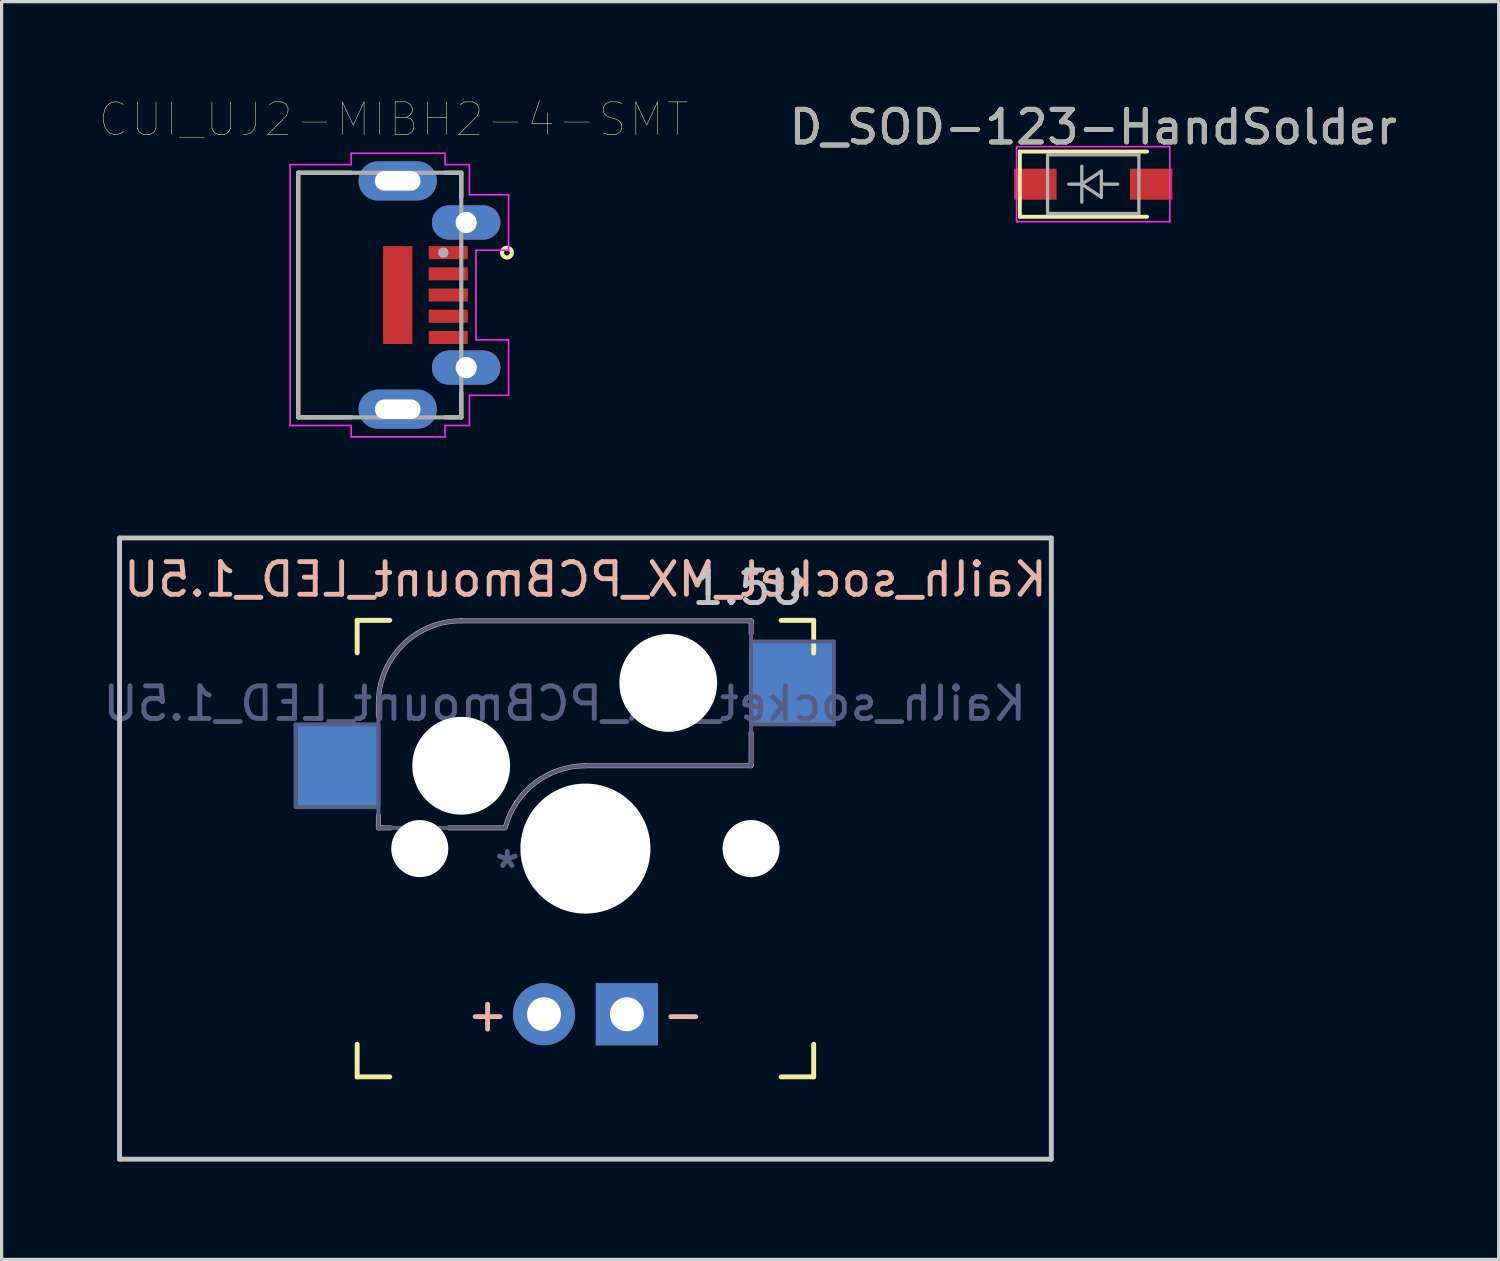
<source format=kicad_pcb>
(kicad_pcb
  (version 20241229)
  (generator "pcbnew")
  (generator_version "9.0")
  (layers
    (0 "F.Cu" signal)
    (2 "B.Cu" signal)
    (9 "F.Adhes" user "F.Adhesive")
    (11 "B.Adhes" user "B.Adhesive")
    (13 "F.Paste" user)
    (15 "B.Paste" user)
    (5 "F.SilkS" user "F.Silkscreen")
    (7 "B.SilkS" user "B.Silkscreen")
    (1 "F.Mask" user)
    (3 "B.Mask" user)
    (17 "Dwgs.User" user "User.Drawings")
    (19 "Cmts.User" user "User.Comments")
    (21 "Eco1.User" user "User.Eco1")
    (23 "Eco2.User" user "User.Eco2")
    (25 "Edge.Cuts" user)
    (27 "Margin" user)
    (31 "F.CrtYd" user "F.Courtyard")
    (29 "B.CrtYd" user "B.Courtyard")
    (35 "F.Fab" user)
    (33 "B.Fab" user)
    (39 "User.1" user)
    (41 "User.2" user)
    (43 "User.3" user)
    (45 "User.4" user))
  (footprint "D_SOD-123-HandSolder"
    (layer "F.Cu")
    (at 30.475 2.598)
    (property "Reference" "D_SOD-123-HandSolder" (at 0 -1.75 0) (layer "F.SilkS") (effects (font (size 1 1) (thickness 0.15))))
    (attr smd)
    (fp_line (start -2.25 -1) (end -2.25 1) (stroke (width 0.12) (type solid)) (layer "F.SilkS"))
    (fp_line (start -2.25 -1) (end 1.65 -1) (stroke (width 0.12) (type solid)) (layer "F.SilkS"))
    (fp_line (start -2.25 1) (end 1.65 1) (stroke (width 0.12) (type solid)) (layer "F.SilkS"))
    (fp_line (start -2.35 -1.15) (end -2.35 1.15) (stroke (width 0.05) (type solid)) (layer "F.CrtYd"))
    (fp_line (start -2.35 -1.15) (end 2.35 -1.15) (stroke (width 0.05) (type solid)) (layer "F.CrtYd"))
    (fp_line (start 2.35 -1.15) (end 2.35 1.15) (stroke (width 0.05) (type solid)) (layer "F.CrtYd"))
    (fp_line (start 2.35 1.15) (end -2.35 1.15) (stroke (width 0.05) (type solid)) (layer "F.CrtYd"))
    (fp_line (start -1.4 -0.9) (end 1.4 -0.9) (stroke (width 0.1) (type solid)) (layer "F.Fab"))
    (fp_line (start -1.4 0.9) (end -1.4 -0.9) (stroke (width 0.1) (type solid)) (layer "F.Fab"))
    (fp_line (start -0.75 0) (end -0.35 0) (stroke (width 0.1) (type solid)) (layer "F.Fab"))
    (fp_line (start -0.35 0) (end -0.35 -0.55) (stroke (width 0.1) (type solid)) (layer "F.Fab"))
    (fp_line (start -0.35 0) (end -0.35 0.55) (stroke (width 0.1) (type solid)) (layer "F.Fab"))
    (fp_line (start -0.35 0) (end 0.25 -0.4) (stroke (width 0.1) (type solid)) (layer "F.Fab"))
    (fp_line (start 0.25 -0.4) (end 0.25 0.4) (stroke (width 0.1) (type solid)) (layer "F.Fab"))
    (fp_line (start 0.25 0) (end 0.75 0) (stroke (width 0.1) (type solid)) (layer "F.Fab"))
    (fp_line (start 0.25 0.4) (end -0.35 0) (stroke (width 0.1) (type solid)) (layer "F.Fab"))
    (fp_line (start 1.4 -0.9) (end 1.4 0.9) (stroke (width 0.1) (type solid)) (layer "F.Fab"))
    (fp_line (start 1.4 0.9) (end -1.4 0.9) (stroke (width 0.1) (type solid)) (layer "F.Fab"))
    (fp_text user "${REFERENCE}" (at 0 -1.75 0) (layer "F.Fab") (effects (font (size 1 1) (thickness 0.15))))
    (pad "1" smd rect (at -1.775 0) (size 1.3 0.95) (layers "F.Cu" "F.Mask" "F.Paste"))
    (pad "2" smd rect (at 1.775 0) (size 1.3 0.95) (layers "F.Cu" "F.Mask" "F.Paste")))
  (footprint "Kailh_socket_MX_PCBmount_LED_1.5U"
    (layer "F.Cu")
    (at 14.903 22.973)
    (property "Reference" "Kailh_socket_MX_PCBmount_LED_1.5U" (at 0 -8.255 0) (layer "B.SilkS") (effects (font (size 1 1) (thickness 0.15)) (justify mirror)))
    (property "Value" "REF**" (at 0 3 0) (layer "F.Fab") (hide yes) (effects (font (size 1 1) (thickness 0.15))))
    (attr smd)
    (fp_line (start -7 -6) (end -7 -7) (stroke (width 0.15) (type solid)) (layer "F.SilkS"))
    (fp_line (start -7 7) (end -7 6) (stroke (width 0.15) (type solid)) (layer "F.SilkS"))
    (fp_line (start -7 7) (end -6 7) (stroke (width 0.15) (type solid)) (layer "F.SilkS"))
    (fp_line (start -6 -7) (end -7 -7) (stroke (width 0.15) (type solid)) (layer "F.SilkS"))
    (fp_line (start 6 7) (end 7 7) (stroke (width 0.15) (type solid)) (layer "F.SilkS"))
    (fp_line (start 7 -7) (end 6 -7) (stroke (width 0.15) (type solid)) (layer "F.SilkS"))
    (fp_line (start 7 -7) (end 7 -6) (stroke (width 0.15) (type solid)) (layer "F.SilkS"))
    (fp_line (start 7 6) (end 7 7) (stroke (width 0.15) (type solid)) (layer "F.SilkS"))
    (fp_line (start -6.35 -4.445) (end -6.35 -4.064) (stroke (width 0.15) (type solid)) (layer "B.SilkS"))
    (fp_line (start -6.35 -1.016) (end -6.35 -0.635) (stroke (width 0.15) (type solid)) (layer "B.SilkS"))
    (fp_line (start -5.969 -0.635) (end -6.35 -0.635) (stroke (width 0.15) (type solid)) (layer "B.SilkS"))
    (fp_line (start -3.81 -6.985) (end 5.08 -6.985) (stroke (width 0.15) (type solid)) (layer "B.SilkS"))
    (fp_line (start -2.464 -0.635) (end -4.191 -0.635) (stroke (width 0.15) (type solid)) (layer "B.SilkS"))
    (fp_line (start 5.08 -6.985) (end 5.08 -6.604) (stroke (width 0.15) (type solid)) (layer "B.SilkS"))
    (fp_line (start 5.08 -3.556) (end 5.08 -2.54) (stroke (width 0.15) (type solid)) (layer "B.SilkS"))
    (fp_line (start 5.08 -2.54) (end 0 -2.54) (stroke (width 0.15) (type solid)) (layer "B.SilkS"))
    (fp_arc (start -6.35 -4.445) (mid -5.606051 -6.241051) (end -3.81 -6.985) (stroke (width 0.15) (type solid)) (layer "B.SilkS"))
    (fp_arc (start -2.453452 -0.6574) (mid -1.546254 -2.015118) (end 0 -2.54) (stroke (width 0.15) (type solid)) (layer "B.SilkS"))
    (fp_line (start -14.287 -9.525) (end 14.287 -9.525) (stroke (width 0.15) (type solid)) (layer "Dwgs.User"))
    (fp_line (start -14.287 9.525) (end -14.287 -9.525) (stroke (width 0.15) (type solid)) (layer "Dwgs.User"))
    (fp_line (start 14.287 -9.525) (end 14.287 9.525) (stroke (width 0.15) (type solid)) (layer "Dwgs.User"))
    (fp_line (start 14.287 9.525) (end -14.287 9.525) (stroke (width 0.15) (type solid)) (layer "Dwgs.User"))
    (fp_line (start -8.89 -3.81) (end -6.35 -3.81) (stroke (width 0.12) (type solid)) (layer "B.Fab"))
    (fp_line (start -8.89 -1.27) (end -8.89 -3.81) (stroke (width 0.12) (type solid)) (layer "B.Fab"))
    (fp_line (start -6.35 -1.27) (end -8.89 -1.27) (stroke (width 0.12) (type solid)) (layer "B.Fab"))
    (fp_line (start -6.35 -0.635) (end -6.35 -4.445) (stroke (width 0.12) (type solid)) (layer "B.Fab"))
    (fp_line (start -6.35 -0.635) (end -2.54 -0.635) (stroke (width 0.12) (type solid)) (layer "B.Fab"))
    (fp_line (start -3.81 -6.985) (end 5.08 -6.985) (stroke (width 0.12) (type solid)) (layer "B.Fab"))
    (fp_line (start 5.08 -6.985) (end 5.08 -2.54) (stroke (width 0.12) (type solid)) (layer "B.Fab"))
    (fp_line (start 5.08 -6.35) (end 7.62 -6.35) (stroke (width 0.12) (type solid)) (layer "B.Fab"))
    (fp_line (start 5.08 -2.54) (end 0 -2.54) (stroke (width 0.12) (type solid)) (layer "B.Fab"))
    (fp_line (start 7.62 -6.35) (end 7.62 -3.81) (stroke (width 0.12) (type solid)) (layer "B.Fab"))
    (fp_line (start 7.62 -3.81) (end 5.08 -3.81) (stroke (width 0.12) (type solid)) (layer "B.Fab"))
    (fp_arc (start -6.35 -4.445) (mid -5.606051 -6.241051) (end -3.81 -6.985) (stroke (width 0.12) (type solid)) (layer "B.Fab"))
    (fp_arc (start -2.464162 -0.61604) (mid -1.563147 -2.002042) (end 0 -2.54) (stroke (width 0.12) (type solid)) (layer "B.Fab"))
    (fp_text user "+" (at -3 5.08 0) (layer "B.SilkS") (effects (font (size 1 1) (thickness 0.15))))
    (fp_text user "-" (at 3 5.08 0) (layer "B.SilkS") (effects (font (size 1 1) (thickness 0.15))))
    (fp_text user "1.5U" (at 5 -8 0) (layer "Dwgs.User") (effects (font (size 1 1) (thickness 0.15))))
    (fp_text user "${VALUE}" (at -0.635 0.635 0) (layer "B.Fab") (effects (font (size 1 1) (thickness 0.15)) (justify mirror)))
    (fp_text user "${REFERENCE}" (at -0.635 -4.445 0) (layer "B.Fab") (effects (font (size 1 1) (thickness 0.15)) (justify mirror)))
    (pad "" np_thru_hole circle (at -5.08 0 48) (size 1.75 1.75) (drill 1.75) (layers "*.Cu" "*.Mask"))
    (pad "" np_thru_hole circle (at -3.81 -2.54) (size 3 3) (drill 3) (layers "*.Cu" "*.Mask"))
    (pad "" np_thru_hole circle (at 0 0) (size 3.988 3.988) (drill 3.988) (layers "*.Cu" "*.Mask"))
    (pad "" np_thru_hole circle (at 2.54 -5.08) (size 3 3) (drill 3) (layers "*.Cu" "*.Mask"))
    (pad "" np_thru_hole circle (at 5.08 0 48) (size 1.75 1.75) (drill 1.75) (layers "*.Cu" "*.Mask"))
    (pad "1" smd rect (at -7.56 -2.54) (size 2.55 2.5) (layers "B.Cu" "B.Mask" "B.Paste"))
    (pad "2" smd rect (at 6.29 -5.08) (size 2.55 2.5) (layers "B.Cu" "B.Mask" "B.Paste"))
    (pad "3" thru_hole circle (at -1.27 5.08) (size 1.905 1.905) (drill 1.04) (layers "*.Cu" "B.Mask"))
    (pad "4" thru_hole rect (at 1.27 5.08) (size 1.905 1.905) (drill 1.04) (layers "*.Cu" "B.Mask")))
  (footprint "CUI_UJ2-MIBH2-4-SMT"
    (layer "F.Cu")
    (at 10.696 4.698)
    (property "Reference" "CUI_UJ2-MIBH2-4-SMT" (at -1.676 -4.086 0) (layer "F.SilkS") (effects (font (size 1 1) (thickness 0.015))))
    (attr through_hole)
    (fp_line (start -4.6 -2.45) (end -2.975 -2.45) (stroke (width 0.127) (type solid)) (layer "F.SilkS"))
    (fp_line (start -4.6 5.05) (end -4.6 -2.45) (stroke (width 0.127) (type solid)) (layer "F.SilkS"))
    (fp_line (start -2.975 5.05) (end -4.6 5.05) (stroke (width 0.127) (type solid)) (layer "F.SilkS"))
    (fp_line (start -0.1 -2.45) (end 0.4 -2.45) (stroke (width 0.127) (type solid)) (layer "F.SilkS"))
    (fp_line (start 0.4 -2.45) (end 0.4 -1.7) (stroke (width 0.127) (type solid)) (layer "F.SilkS"))
    (fp_line (start 0.4 4.3) (end 0.4 5.05) (stroke (width 0.127) (type solid)) (layer "F.SilkS"))
    (fp_line (start 0.4 5.05) (end -0.1 5.05) (stroke (width 0.127) (type solid)) (layer "F.SilkS"))
    (fp_circle (center 1.8 0) (end 1.95 0) (stroke (width 0.127) (type solid)) (fill no) (layer "F.SilkS"))
    (fp_line (start 0.475 -1.25) (end 0.55 -1.25) (stroke (width 0.001) (type solid)) (layer "Edge.Cuts"))
    (fp_line (start 0.475 3.2) (end 0.55 3.2) (stroke (width 0.001) (type solid)) (layer "Edge.Cuts"))
    (fp_line (start 0.55 -1.25) (end 0.625 -1.25) (stroke (width 0.001) (type solid)) (layer "Edge.Cuts"))
    (fp_line (start 0.55 -0.6) (end 0.475 -0.6) (stroke (width 0.001) (type solid)) (layer "Edge.Cuts"))
    (fp_line (start 0.55 3.2) (end 0.625 3.2) (stroke (width 0.001) (type solid)) (layer "Edge.Cuts"))
    (fp_line (start 0.55 3.85) (end 0.475 3.85) (stroke (width 0.001) (type solid)) (layer "Edge.Cuts"))
    (fp_line (start 0.625 -0.6) (end 0.55 -0.6) (stroke (width 0.001) (type solid)) (layer "Edge.Cuts"))
    (fp_line (start 0.625 3.85) (end 0.55 3.85) (stroke (width 0.001) (type solid)) (layer "Edge.Cuts"))
    (fp_arc (start 0.15 -0.925) (mid 0.245337 -1.155163) (end 0.4755 -1.2505) (stroke (width 0.001) (type solid)) (layer "Edge.Cuts"))
    (fp_arc (start 0.15 3.525) (mid 0.245337 3.294837) (end 0.4755 3.1995) (stroke (width 0.001) (type solid)) (layer "Edge.Cuts"))
    (fp_arc (start 0.475 -0.6) (mid 0.24519 -0.69519) (end 0.15 -0.925) (stroke (width 0.001) (type solid)) (layer "Edge.Cuts"))
    (fp_arc (start 0.475 3.85) (mid 0.24519 3.75481) (end 0.15 3.525) (stroke (width 0.001) (type solid)) (layer "Edge.Cuts"))
    (fp_arc (start 0.625 -1.25) (mid 0.85481 -1.15481) (end 0.95 -0.925) (stroke (width 0.001) (type solid)) (layer "Edge.Cuts"))
    (fp_arc (start 0.625 3.2) (mid 0.85481 3.29519) (end 0.95 3.525) (stroke (width 0.001) (type solid)) (layer "Edge.Cuts"))
    (fp_arc (start 0.95 -0.925) (mid 0.854663 -0.694837) (end 0.6245 -0.5995) (stroke (width 0.001) (type solid)) (layer "Edge.Cuts"))
    (fp_arc (start 0.95 3.525) (mid 0.854663 3.755163) (end 0.6245 3.8505) (stroke (width 0.001) (type solid)) (layer "Edge.Cuts"))
    (fp_line (start -4.85 -2.7) (end -2.975 -2.7) (stroke (width 0.05) (type solid)) (layer "F.CrtYd"))
    (fp_line (start -4.85 5.3) (end -4.85 -2.7) (stroke (width 0.05) (type solid)) (layer "F.CrtYd"))
    (fp_line (start -2.975 -3.05) (end -0.1 -3.05) (stroke (width 0.05) (type solid)) (layer "F.CrtYd"))
    (fp_line (start -2.975 -2.7) (end -2.975 -3.05) (stroke (width 0.05) (type solid)) (layer "F.CrtYd"))
    (fp_line (start -2.975 5.3) (end -4.85 5.3) (stroke (width 0.05) (type solid)) (layer "F.CrtYd"))
    (fp_line (start -2.975 5.65) (end -2.975 5.3) (stroke (width 0.05) (type solid)) (layer "F.CrtYd"))
    (fp_line (start -0.1 -3.05) (end -0.1 -2.7) (stroke (width 0.05) (type solid)) (layer "F.CrtYd"))
    (fp_line (start -0.1 -2.7) (end 0.65 -2.7) (stroke (width 0.05) (type solid)) (layer "F.CrtYd"))
    (fp_line (start -0.1 5.3) (end -0.1 5.65) (stroke (width 0.05) (type solid)) (layer "F.CrtYd"))
    (fp_line (start -0.1 5.65) (end -2.975 5.65) (stroke (width 0.05) (type solid)) (layer "F.CrtYd"))
    (fp_line (start 0.65 -2.7) (end 0.65 -1.775) (stroke (width 0.05) (type solid)) (layer "F.CrtYd"))
    (fp_line (start 0.65 -1.775) (end 1.85 -1.775) (stroke (width 0.05) (type solid)) (layer "F.CrtYd"))
    (fp_line (start 0.65 4.375) (end 0.65 5.3) (stroke (width 0.05) (type solid)) (layer "F.CrtYd"))
    (fp_line (start 0.65 5.3) (end -0.1 5.3) (stroke (width 0.05) (type solid)) (layer "F.CrtYd"))
    (fp_line (start 0.85 -0.075) (end 0.85 2.675) (stroke (width 0.05) (type solid)) (layer "F.CrtYd"))
    (fp_line (start 0.85 2.675) (end 1.85 2.675) (stroke (width 0.05) (type solid)) (layer "F.CrtYd"))
    (fp_line (start 1.85 -1.775) (end 1.85 -0.075) (stroke (width 0.05) (type solid)) (layer "F.CrtYd"))
    (fp_line (start 1.85 -0.075) (end 0.85 -0.075) (stroke (width 0.05) (type solid)) (layer "F.CrtYd"))
    (fp_line (start 1.85 2.675) (end 1.85 4.375) (stroke (width 0.05) (type solid)) (layer "F.CrtYd"))
    (fp_line (start 1.85 4.375) (end 0.65 4.375) (stroke (width 0.05) (type solid)) (layer "F.CrtYd"))
    (fp_line (start -4.6 -2.45) (end 0.4 -2.45) (stroke (width 0.127) (type solid)) (layer "F.Fab"))
    (fp_line (start -4.6 5.05) (end -4.6 -2.45) (stroke (width 0.127) (type solid)) (layer "F.Fab"))
    (fp_line (start 0.4 -2.45) (end 0.4 5.05) (stroke (width 0.127) (type solid)) (layer "F.Fab"))
    (fp_line (start 0.4 5.05) (end -4.6 5.05) (stroke (width 0.127) (type solid)) (layer "F.Fab"))
    (fp_circle (center -0.15 0) (end -0.07 0) (stroke (width 0.16) (type solid)) (fill no) (layer "F.Fab"))
    (pad "1" smd rect (at 0 0) (size 1.2 0.4) (layers "F.Cu" "F.Mask" "F.Paste"))
    (pad "2" smd rect (at 0 0.65) (size 1.2 0.4) (layers "F.Cu" "F.Mask" "F.Paste"))
    (pad "3" smd rect (at 0 1.3) (size 1.2 0.4) (layers "F.Cu" "F.Mask" "F.Paste"))
    (pad "4" smd rect (at 0 1.95) (size 1.2 0.4) (layers "F.Cu" "F.Mask" "F.Paste"))
    (pad "5" smd rect (at 0 2.6) (size 1.2 0.4) (layers "F.Cu" "F.Mask" "F.Paste"))
    (pad "SH1" thru_hole oval (at -1.55 -2.2) (size 2.4 1.2) (drill oval 1.4 0.6) (layers "*.Cu" "*.Mask"))
    (pad "SH2" thru_hole oval (at 0.55 -0.925) (size 2.1 1.05) (drill 0.65) (layers "*.Cu" "*.Mask"))
    (pad "SH3" smd rect (at -1.55 1.3) (size 0.9 3) (layers "F.Cu" "F.Mask" "F.Paste"))
    (pad "SH4" thru_hole oval (at -1.55 4.8) (size 2.4 1.2) (drill oval 1.4 0.6) (layers "*.Cu" "*.Mask"))
    (pad "SH5" thru_hole oval (at 0.55 3.525) (size 2.1 1.05) (drill 0.65) (layers "*.Cu" "*.Mask")))
  (gr_rect
    (start -3 -3)
    (end 42.91 35.573)
    (stroke (width 0.1) (type default))
    (fill no)
    (layer "Edge.Cuts")))
</source>
